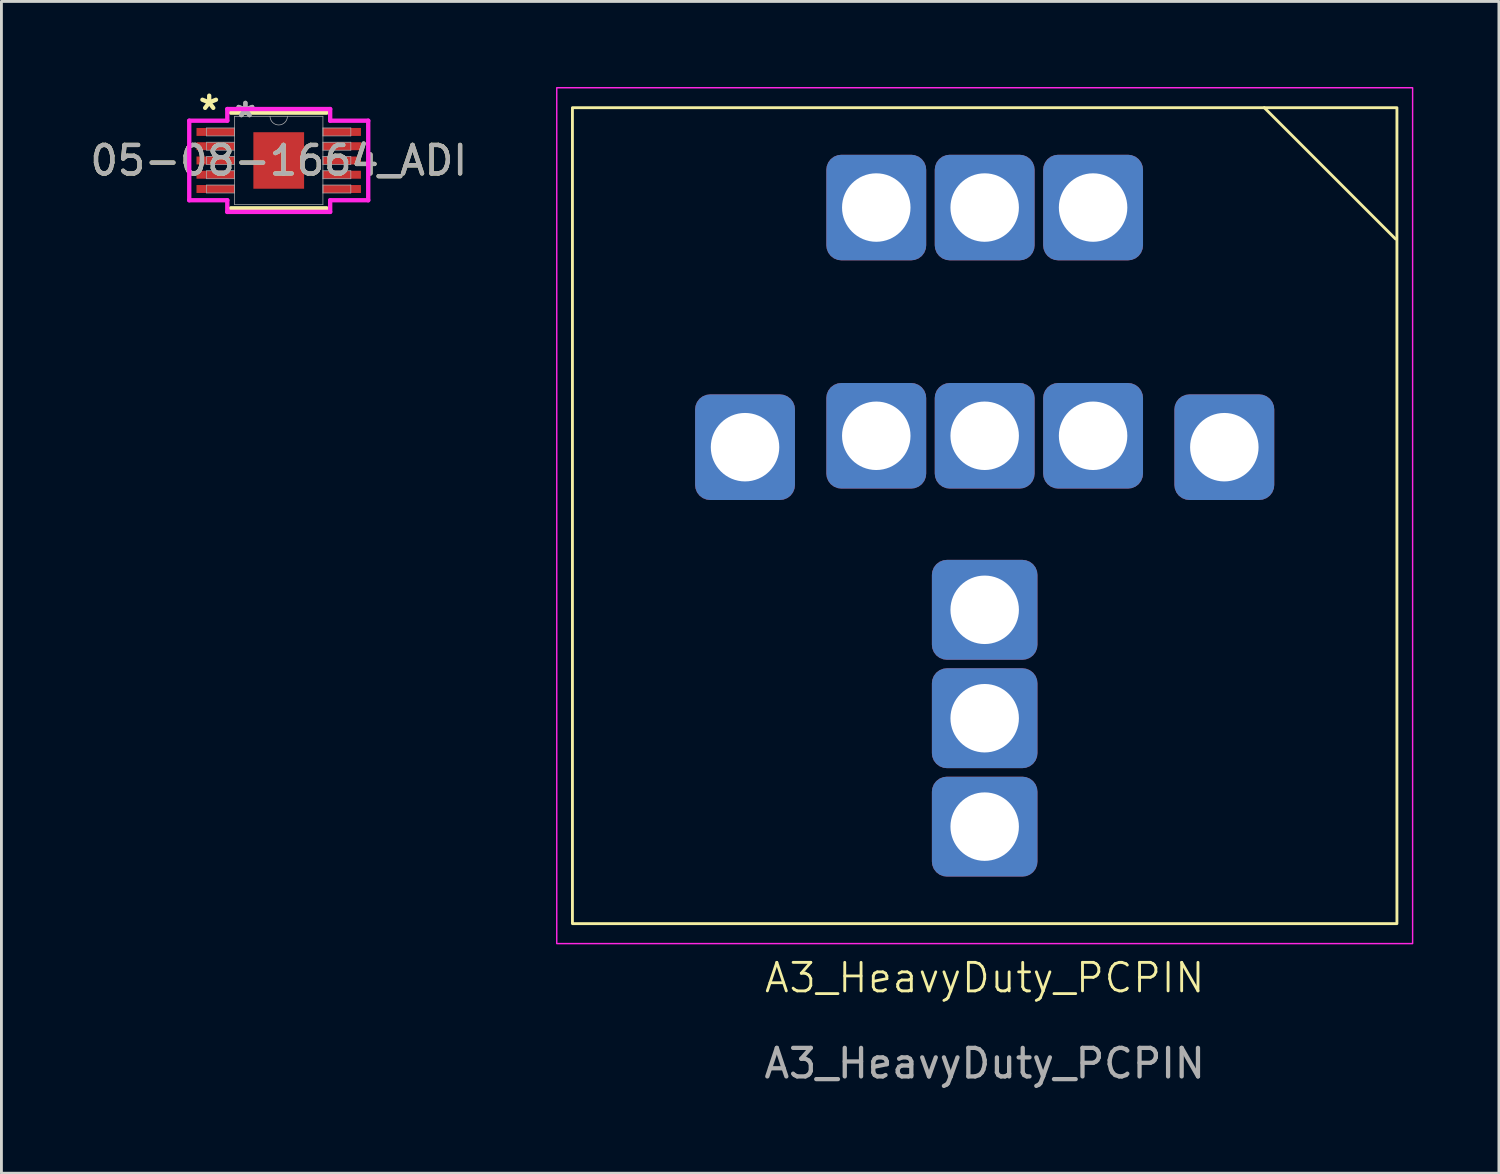
<source format=kicad_pcb>
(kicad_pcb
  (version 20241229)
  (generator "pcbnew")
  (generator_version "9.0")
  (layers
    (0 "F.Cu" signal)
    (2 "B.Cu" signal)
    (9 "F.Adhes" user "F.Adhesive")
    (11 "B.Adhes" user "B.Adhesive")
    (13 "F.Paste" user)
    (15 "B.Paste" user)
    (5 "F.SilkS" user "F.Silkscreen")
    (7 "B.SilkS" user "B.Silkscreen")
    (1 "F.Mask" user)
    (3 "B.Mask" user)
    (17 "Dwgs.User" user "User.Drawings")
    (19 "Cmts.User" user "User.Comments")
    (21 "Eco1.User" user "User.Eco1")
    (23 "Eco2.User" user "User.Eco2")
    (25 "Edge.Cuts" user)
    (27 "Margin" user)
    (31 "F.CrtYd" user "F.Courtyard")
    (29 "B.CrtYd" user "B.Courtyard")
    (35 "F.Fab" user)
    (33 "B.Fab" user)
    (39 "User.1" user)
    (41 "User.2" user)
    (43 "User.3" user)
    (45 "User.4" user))
  (footprint "A3_HeavyDuty_PCPIN"
    (layer "F.Cu")
    (at 31.465 15.025)
    (property "Reference" "A3_HeavyDuty_PCPIN" (at 0 16.2 0) (unlocked yes) (layer "F.SilkS") (effects (font (size 1 1) (thickness 0.1))))
    (attr board_only exclude_from_pos_files exclude_from_bom)
    (fp_line (start 9.8 -14.3) (end 14.4 -9.7) (stroke (width 0.1) (type default)) (layer "F.SilkS"))
    (fp_rect (start -14.45 -14.3) (end 14.45 14.3) (stroke (width 0.1) (type solid)) (fill no) (layer "F.SilkS"))
    (fp_rect (start -15 -15) (end 15 15) (stroke (width 0.05) (type solid)) (fill no) (layer "F.CrtYd"))
    (fp_text user "${REFERENCE}" (at 0 19.2 0) (unlocked yes) (layer "F.Fab") (effects (font (size 1 1) (thickness 0.15))))
    (pad "1" thru_hole roundrect (at -8.4 -2.4 90) (size 3.7 3.5) (drill 2.4) (layers "*.Cu" "*.Mask") (roundrect_rratio 0.15))
    (pad "2" thru_hole roundrect (at 8.4 -2.4 90) (size 3.7 3.5) (drill 2.4) (layers "*.Cu" "*.Mask") (roundrect_rratio 0.15))
    (pad "3" thru_hole roundrect (at -3.8 -2.8 90) (size 3.7 3.5) (drill 2.4) (layers "*.Cu" "*.Mask") (roundrect_rratio 0.15))
    (pad "3" thru_hole roundrect (at 0 -2.8 90) (size 3.7 3.5) (drill 2.4) (layers "*.Cu" "*.Mask") (roundrect_rratio 0.15))
    (pad "3" thru_hole roundrect (at 3.8 -2.8 90) (size 3.7 3.5) (drill 2.4) (layers "*.Cu" "*.Mask") (roundrect_rratio 0.15))
    (pad "4" thru_hole roundrect (at -3.8 -10.8 90) (size 3.7 3.5) (drill 2.4) (layers "*.Cu" "*.Mask") (roundrect_rratio 0.15))
    (pad "4" thru_hole roundrect (at 0 -10.8 90) (size 3.7 3.5) (drill 2.4) (layers "*.Cu" "*.Mask") (roundrect_rratio 0.15))
    (pad "4" thru_hole roundrect (at 3.8 -10.8 90) (size 3.7 3.5) (drill 2.4) (layers "*.Cu" "*.Mask") (roundrect_rratio 0.15))
    (pad "5" thru_hole roundrect (at 0 3.3 180) (size 3.7 3.5) (drill 2.4) (layers "*.Cu" "*.Mask") (roundrect_rratio 0.15))
    (pad "5" thru_hole roundrect (at 0 7.1 180) (size 3.7 3.5) (drill 2.4) (layers "*.Cu" "*.Mask") (roundrect_rratio 0.15))
    (pad "5" thru_hole roundrect (at 0 10.9 180) (size 3.7 3.5) (drill 2.4) (layers "*.Cu" "*.Mask") (roundrect_rratio 0.15)))
  (footprint "05-08-1664_ADI"
    (layer "F.Cu")
    (at 6.72 2.575)
    (property "Reference" "05-08-1664_ADI" (at 0 0 0) (unlocked yes) (layer "F.SilkS") (effects (font (size 1 1) (thickness 0.15))))
    (attr smd)
    (fp_line (start -1.676 1.676) (end 1.676 1.676) (stroke (width 0.152) (type solid)) (layer "F.SilkS"))
    (fp_line (start 1.676 -1.676) (end -1.676 -1.676) (stroke (width 0.152) (type solid)) (layer "F.SilkS"))
    (fp_line (start -3.137 -1.394) (end -1.803 -1.394) (stroke (width 0.152) (type solid)) (layer "F.CrtYd"))
    (fp_line (start -3.137 1.394) (end -3.137 -1.394) (stroke (width 0.152) (type solid)) (layer "F.CrtYd"))
    (fp_line (start -3.137 1.394) (end -1.803 1.394) (stroke (width 0.152) (type solid)) (layer "F.CrtYd"))
    (fp_line (start -1.803 -1.803) (end 1.803 -1.803) (stroke (width 0.152) (type solid)) (layer "F.CrtYd"))
    (fp_line (start -1.803 -1.394) (end -1.803 -1.803) (stroke (width 0.152) (type solid)) (layer "F.CrtYd"))
    (fp_line (start -1.803 1.803) (end -1.803 1.394) (stroke (width 0.152) (type solid)) (layer "F.CrtYd"))
    (fp_line (start 1.803 -1.803) (end 1.803 -1.394) (stroke (width 0.152) (type solid)) (layer "F.CrtYd"))
    (fp_line (start 1.803 1.394) (end 1.803 1.803) (stroke (width 0.152) (type solid)) (layer "F.CrtYd"))
    (fp_line (start 1.803 1.803) (end -1.803 1.803) (stroke (width 0.152) (type solid)) (layer "F.CrtYd"))
    (fp_line (start 3.137 -1.394) (end 1.803 -1.394) (stroke (width 0.152) (type solid)) (layer "F.CrtYd"))
    (fp_line (start 3.137 -1.394) (end 3.137 1.394) (stroke (width 0.152) (type solid)) (layer "F.CrtYd"))
    (fp_line (start 3.137 1.394) (end 1.803 1.394) (stroke (width 0.152) (type solid)) (layer "F.CrtYd"))
    (fp_line (start -2.527 -1.14) (end -2.527 -0.86) (stroke (width 0.025) (type solid)) (layer "F.Fab"))
    (fp_line (start -2.527 -0.86) (end -1.549 -0.86) (stroke (width 0.025) (type solid)) (layer "F.Fab"))
    (fp_line (start -2.527 -0.64) (end -2.527 -0.36) (stroke (width 0.025) (type solid)) (layer "F.Fab"))
    (fp_line (start -2.527 -0.36) (end -1.549 -0.36) (stroke (width 0.025) (type solid)) (layer "F.Fab"))
    (fp_line (start -2.527 -0.14) (end -2.527 0.14) (stroke (width 0.025) (type solid)) (layer "F.Fab"))
    (fp_line (start -2.527 0.14) (end -1.549 0.14) (stroke (width 0.025) (type solid)) (layer "F.Fab"))
    (fp_line (start -2.527 0.36) (end -2.527 0.64) (stroke (width 0.025) (type solid)) (layer "F.Fab"))
    (fp_line (start -2.527 0.64) (end -1.549 0.64) (stroke (width 0.025) (type solid)) (layer "F.Fab"))
    (fp_line (start -2.527 0.86) (end -2.527 1.14) (stroke (width 0.025) (type solid)) (layer "F.Fab"))
    (fp_line (start -2.527 1.14) (end -1.549 1.14) (stroke (width 0.025) (type solid)) (layer "F.Fab"))
    (fp_line (start -1.549 -1.549) (end -1.549 1.549) (stroke (width 0.025) (type solid)) (layer "F.Fab"))
    (fp_line (start -1.549 -1.14) (end -2.527 -1.14) (stroke (width 0.025) (type solid)) (layer "F.Fab"))
    (fp_line (start -1.549 -0.86) (end -1.549 -1.14) (stroke (width 0.025) (type solid)) (layer "F.Fab"))
    (fp_line (start -1.549 -0.64) (end -2.527 -0.64) (stroke (width 0.025) (type solid)) (layer "F.Fab"))
    (fp_line (start -1.549 -0.36) (end -1.549 -0.64) (stroke (width 0.025) (type solid)) (layer "F.Fab"))
    (fp_line (start -1.549 -0.14) (end -2.527 -0.14) (stroke (width 0.025) (type solid)) (layer "F.Fab"))
    (fp_line (start -1.549 0.14) (end -1.549 -0.14) (stroke (width 0.025) (type solid)) (layer "F.Fab"))
    (fp_line (start -1.549 0.36) (end -2.527 0.36) (stroke (width 0.025) (type solid)) (layer "F.Fab"))
    (fp_line (start -1.549 0.64) (end -1.549 0.36) (stroke (width 0.025) (type solid)) (layer "F.Fab"))
    (fp_line (start -1.549 0.86) (end -2.527 0.86) (stroke (width 0.025) (type solid)) (layer "F.Fab"))
    (fp_line (start -1.549 1.14) (end -1.549 0.86) (stroke (width 0.025) (type solid)) (layer "F.Fab"))
    (fp_line (start -1.549 1.549) (end 1.549 1.549) (stroke (width 0.025) (type solid)) (layer "F.Fab"))
    (fp_line (start 1.549 -1.549) (end -1.549 -1.549) (stroke (width 0.025) (type solid)) (layer "F.Fab"))
    (fp_line (start 1.549 -1.14) (end 1.549 -0.86) (stroke (width 0.025) (type solid)) (layer "F.Fab"))
    (fp_line (start 1.549 -0.86) (end 2.527 -0.86) (stroke (width 0.025) (type solid)) (layer "F.Fab"))
    (fp_line (start 1.549 -0.64) (end 1.549 -0.36) (stroke (width 0.025) (type solid)) (layer "F.Fab"))
    (fp_line (start 1.549 -0.36) (end 2.527 -0.36) (stroke (width 0.025) (type solid)) (layer "F.Fab"))
    (fp_line (start 1.549 -0.14) (end 1.549 0.14) (stroke (width 0.025) (type solid)) (layer "F.Fab"))
    (fp_line (start 1.549 0.14) (end 2.527 0.14) (stroke (width 0.025) (type solid)) (layer "F.Fab"))
    (fp_line (start 1.549 0.36) (end 1.549 0.64) (stroke (width 0.025) (type solid)) (layer "F.Fab"))
    (fp_line (start 1.549 0.64) (end 2.527 0.64) (stroke (width 0.025) (type solid)) (layer "F.Fab"))
    (fp_line (start 1.549 0.86) (end 1.549 1.14) (stroke (width 0.025) (type solid)) (layer "F.Fab"))
    (fp_line (start 1.549 1.14) (end 2.527 1.14) (stroke (width 0.025) (type solid)) (layer "F.Fab"))
    (fp_line (start 1.549 1.549) (end 1.549 -1.549) (stroke (width 0.025) (type solid)) (layer "F.Fab"))
    (fp_line (start 2.527 -1.14) (end 1.549 -1.14) (stroke (width 0.025) (type solid)) (layer "F.Fab"))
    (fp_line (start 2.527 -0.86) (end 2.527 -1.14) (stroke (width 0.025) (type solid)) (layer "F.Fab"))
    (fp_line (start 2.527 -0.64) (end 1.549 -0.64) (stroke (width 0.025) (type solid)) (layer "F.Fab"))
    (fp_line (start 2.527 -0.36) (end 2.527 -0.64) (stroke (width 0.025) (type solid)) (layer "F.Fab"))
    (fp_line (start 2.527 -0.14) (end 1.549 -0.14) (stroke (width 0.025) (type solid)) (layer "F.Fab"))
    (fp_line (start 2.527 0.14) (end 2.527 -0.14) (stroke (width 0.025) (type solid)) (layer "F.Fab"))
    (fp_line (start 2.527 0.36) (end 1.549 0.36) (stroke (width 0.025) (type solid)) (layer "F.Fab"))
    (fp_line (start 2.527 0.64) (end 2.527 0.36) (stroke (width 0.025) (type solid)) (layer "F.Fab"))
    (fp_line (start 2.527 0.86) (end 1.549 0.86) (stroke (width 0.025) (type solid)) (layer "F.Fab"))
    (fp_line (start 2.527 1.14) (end 2.527 0.86) (stroke (width 0.025) (type solid)) (layer "F.Fab"))
    (fp_arc (start 0.3048 -1.5494) (mid 0 -1.2446) (end -0.3048 -1.5494) (stroke (width 0.0254) (type solid)) (layer "F.Fab"))
    (fp_text user "*" (at -2.437 -1.727 0) (layer "F.SilkS") (effects (font (size 1 1) (thickness 0.15))))
    (fp_text user "${REFERENCE}" (at 0 0 0) (unlocked yes) (layer "F.Fab") (effects (font (size 1 1) (thickness 0.15))))
    (fp_text user "*" (at -1.168 -1.473 0) (unlocked yes) (layer "F.Fab") (effects (font (size 1 1) (thickness 0.15))))
    (fp_text user "*" (at -1.168 -1.473 0) (layer "F.Fab") (effects (font (size 1 1) (thickness 0.15))))
    (pad "1" smd rect (at -2.216 -1) (size 1.333 0.279) (layers "F.Cu" "F.Mask" "F.Paste"))
    (pad "2" smd rect (at -2.216 -0.5) (size 1.333 0.279) (layers "F.Cu" "F.Mask" "F.Paste"))
    (pad "3" smd rect (at -2.216 0) (size 1.333 0.279) (layers "F.Cu" "F.Mask" "F.Paste"))
    (pad "4" smd rect (at -2.216 0.5) (size 1.333 0.279) (layers "F.Cu" "F.Mask" "F.Paste"))
    (pad "5" smd rect (at -2.216 1) (size 1.333 0.279) (layers "F.Cu" "F.Mask" "F.Paste"))
    (pad "6" smd rect (at 2.216 1) (size 1.333 0.279) (layers "F.Cu" "F.Mask" "F.Paste"))
    (pad "7" smd rect (at 2.216 0.5) (size 1.333 0.279) (layers "F.Cu" "F.Mask" "F.Paste"))
    (pad "8" smd rect (at 2.216 0) (size 1.333 0.279) (layers "F.Cu" "F.Mask" "F.Paste"))
    (pad "9" smd rect (at 2.216 -0.5) (size 1.333 0.279) (layers "F.Cu" "F.Mask" "F.Paste"))
    (pad "10" smd rect (at 2.216 -1) (size 1.333 0.279) (layers "F.Cu" "F.Mask" "F.Paste"))
    (pad "11" smd rect (at 0 0) (size 1.778 1.981) (layers "F.Cu" "F.Mask" "F.Paste")))
  (gr_rect
    (start -3 -3)
    (end 49.49 38.073)
    (stroke (width 0.1) (type default))
    (fill no)
    (layer "Edge.Cuts")))
</source>
